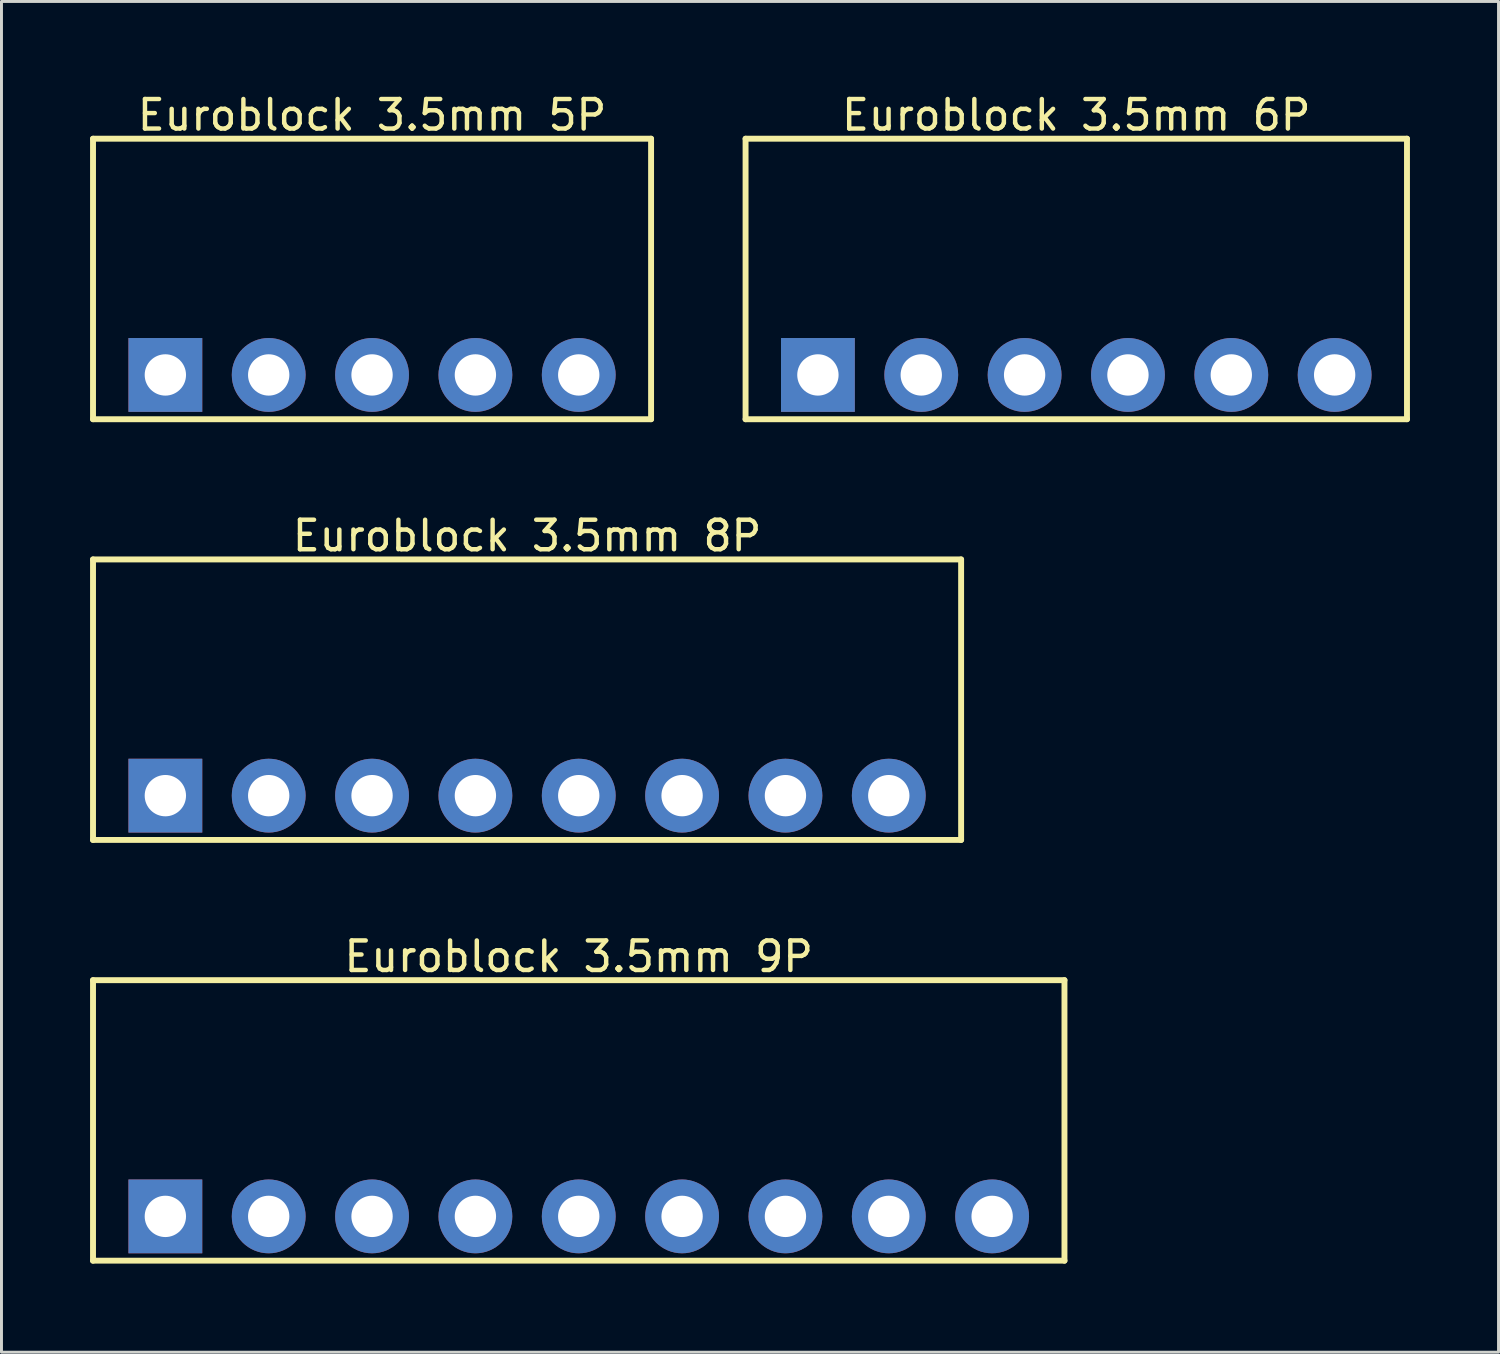
<source format=kicad_pcb>
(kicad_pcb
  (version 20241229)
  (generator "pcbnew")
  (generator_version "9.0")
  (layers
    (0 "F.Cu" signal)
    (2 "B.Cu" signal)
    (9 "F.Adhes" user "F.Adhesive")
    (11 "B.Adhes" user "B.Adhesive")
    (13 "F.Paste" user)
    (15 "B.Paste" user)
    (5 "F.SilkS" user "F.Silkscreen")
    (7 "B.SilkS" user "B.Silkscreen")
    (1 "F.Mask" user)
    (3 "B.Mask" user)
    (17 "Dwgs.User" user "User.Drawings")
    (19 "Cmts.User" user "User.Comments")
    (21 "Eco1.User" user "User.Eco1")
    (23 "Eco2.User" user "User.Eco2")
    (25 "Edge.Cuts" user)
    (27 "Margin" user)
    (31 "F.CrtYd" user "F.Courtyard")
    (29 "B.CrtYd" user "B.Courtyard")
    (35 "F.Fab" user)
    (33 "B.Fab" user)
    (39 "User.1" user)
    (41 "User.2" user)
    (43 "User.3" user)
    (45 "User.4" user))
  (footprint "Euroblock 3.5mm 8P"
    (layer "F.Cu")
    (at 14.8 23.896)
    (property "Reference" "Euroblock 3.5mm 8P" (at 0 -8.8 0) (layer "F.SilkS") (effects (font (size 1 1) (thickness 0.15))))
    (fp_line (start -14.7 -8) (end 14.7 -8) (stroke (width 0.2) (type solid)) (layer "F.SilkS"))
    (fp_line (start -14.7 1.5) (end -14.7 -8) (stroke (width 0.2) (type solid)) (layer "F.SilkS"))
    (fp_line (start -14.7 1.5) (end 14.7 1.5) (stroke (width 0.2) (type solid)) (layer "F.SilkS"))
    (fp_line (start 14.7 1.5) (end 14.7 -8) (stroke (width 0.2) (type solid)) (layer "F.SilkS"))
    (pad "1" thru_hole rect (at -12.25 0) (size 2.5 2.5) (drill 1.4) (layers "*.Cu" "*.Mask"))
    (pad "2" thru_hole circle (at -8.75 0) (size 2.5 2.5) (drill 1.4) (layers "*.Cu" "*.Mask"))
    (pad "3" thru_hole circle (at -5.25 0) (size 2.5 2.5) (drill 1.4) (layers "*.Cu" "*.Mask"))
    (pad "4" thru_hole circle (at -1.75 0) (size 2.5 2.5) (drill 1.4) (layers "*.Cu" "*.Mask"))
    (pad "5" thru_hole circle (at 1.75 0) (size 2.5 2.5) (drill 1.4) (layers "*.Cu" "*.Mask"))
    (pad "6" thru_hole circle (at 5.25 0) (size 2.5 2.5) (drill 1.4) (layers "*.Cu" "*.Mask"))
    (pad "7" thru_hole circle (at 8.75 0) (size 2.5 2.5) (drill 1.4) (layers "*.Cu" "*.Mask"))
    (pad "8" thru_hole circle (at 12.25 0) (size 2.5 2.5) (drill 1.4) (layers "*.Cu" "*.Mask")))
  (footprint "Euroblock 3.5mm 9P"
    (layer "F.Cu")
    (at 16.55 38.145)
    (property "Reference" "Euroblock 3.5mm 9P" (at 0 -8.8 0) (layer "F.SilkS") (effects (font (size 1 1) (thickness 0.15))))
    (fp_line (start -16.45 -8) (end 16.45 -8) (stroke (width 0.2) (type solid)) (layer "F.SilkS"))
    (fp_line (start -16.45 1.5) (end -16.45 -8) (stroke (width 0.2) (type solid)) (layer "F.SilkS"))
    (fp_line (start -16.45 1.5) (end 16.45 1.5) (stroke (width 0.2) (type solid)) (layer "F.SilkS"))
    (fp_line (start 16.45 1.5) (end 16.45 -8) (stroke (width 0.2) (type solid)) (layer "F.SilkS"))
    (pad "1" thru_hole rect (at -14 0) (size 2.5 2.5) (drill 1.4) (layers "*.Cu" "*.Mask"))
    (pad "2" thru_hole circle (at -10.5 0) (size 2.5 2.5) (drill 1.4) (layers "*.Cu" "*.Mask"))
    (pad "3" thru_hole circle (at -7 0) (size 2.5 2.5) (drill 1.4) (layers "*.Cu" "*.Mask"))
    (pad "4" thru_hole circle (at -3.5 0) (size 2.5 2.5) (drill 1.4) (layers "*.Cu" "*.Mask"))
    (pad "5" thru_hole circle (at 0 0) (size 2.5 2.5) (drill 1.4) (layers "*.Cu" "*.Mask"))
    (pad "6" thru_hole circle (at 3.5 0) (size 2.5 2.5) (drill 1.4) (layers "*.Cu" "*.Mask"))
    (pad "7" thru_hole circle (at 7 0) (size 2.5 2.5) (drill 1.4) (layers "*.Cu" "*.Mask"))
    (pad "8" thru_hole circle (at 10.5 0) (size 2.5 2.5) (drill 1.4) (layers "*.Cu" "*.Mask"))
    (pad "9" thru_hole circle (at 14 0) (size 2.5 2.5) (drill 1.4) (layers "*.Cu" "*.Mask")))
  (footprint "Euroblock 3.5mm 6P"
    (layer "F.Cu")
    (at 33.4 9.648)
    (property "Reference" "Euroblock 3.5mm 6P" (at 0 -8.8 0) (layer "F.SilkS") (effects (font (size 1 1) (thickness 0.15))))
    (fp_line (start -11.2 -8) (end 11.2 -8) (stroke (width 0.2) (type solid)) (layer "F.SilkS"))
    (fp_line (start -11.2 1.5) (end -11.2 -8) (stroke (width 0.2) (type solid)) (layer "F.SilkS"))
    (fp_line (start -11.2 1.5) (end 11.2 1.5) (stroke (width 0.2) (type solid)) (layer "F.SilkS"))
    (fp_line (start 11.2 1.5) (end 11.2 -8) (stroke (width 0.2) (type solid)) (layer "F.SilkS"))
    (pad "1" thru_hole rect (at -8.75 0) (size 2.5 2.5) (drill 1.4) (layers "*.Cu" "*.Mask"))
    (pad "2" thru_hole circle (at -5.25 0) (size 2.5 2.5) (drill 1.4) (layers "*.Cu" "*.Mask"))
    (pad "3" thru_hole circle (at -1.75 0) (size 2.5 2.5) (drill 1.4) (layers "*.Cu" "*.Mask"))
    (pad "4" thru_hole circle (at 1.75 0) (size 2.5 2.5) (drill 1.4) (layers "*.Cu" "*.Mask"))
    (pad "5" thru_hole circle (at 5.25 0) (size 2.5 2.5) (drill 1.4) (layers "*.Cu" "*.Mask"))
    (pad "6" thru_hole circle (at 8.75 0) (size 2.5 2.5) (drill 1.4) (layers "*.Cu" "*.Mask")))
  (footprint "Euroblock 3.5mm 5P"
    (layer "F.Cu")
    (at 9.55 9.648)
    (property "Reference" "Euroblock 3.5mm 5P" (at 0 -8.8 0) (layer "F.SilkS") (effects (font (size 1 1) (thickness 0.15))))
    (fp_line (start -9.45 -8) (end 9.45 -8) (stroke (width 0.2) (type solid)) (layer "F.SilkS"))
    (fp_line (start -9.45 1.5) (end -9.45 -8) (stroke (width 0.2) (type solid)) (layer "F.SilkS"))
    (fp_line (start -9.45 1.5) (end 9.45 1.5) (stroke (width 0.2) (type solid)) (layer "F.SilkS"))
    (fp_line (start 9.45 1.5) (end 9.45 -8) (stroke (width 0.2) (type solid)) (layer "F.SilkS"))
    (pad "1" thru_hole rect (at -7 0) (size 2.5 2.5) (drill 1.4) (layers "*.Cu" "*.Mask"))
    (pad "2" thru_hole circle (at -3.5 0) (size 2.5 2.5) (drill 1.4) (layers "*.Cu" "*.Mask"))
    (pad "3" thru_hole circle (at 0 0) (size 2.5 2.5) (drill 1.4) (layers "*.Cu" "*.Mask"))
    (pad "4" thru_hole circle (at 3.5 0) (size 2.5 2.5) (drill 1.4) (layers "*.Cu" "*.Mask"))
    (pad "5" thru_hole circle (at 7 0) (size 2.5 2.5) (drill 1.4) (layers "*.Cu" "*.Mask")))
  (gr_rect
    (start -3 -3)
    (end 47.7 42.745)
    (stroke (width 0.1) (type default))
    (fill no)
    (layer "Edge.Cuts")))
</source>
